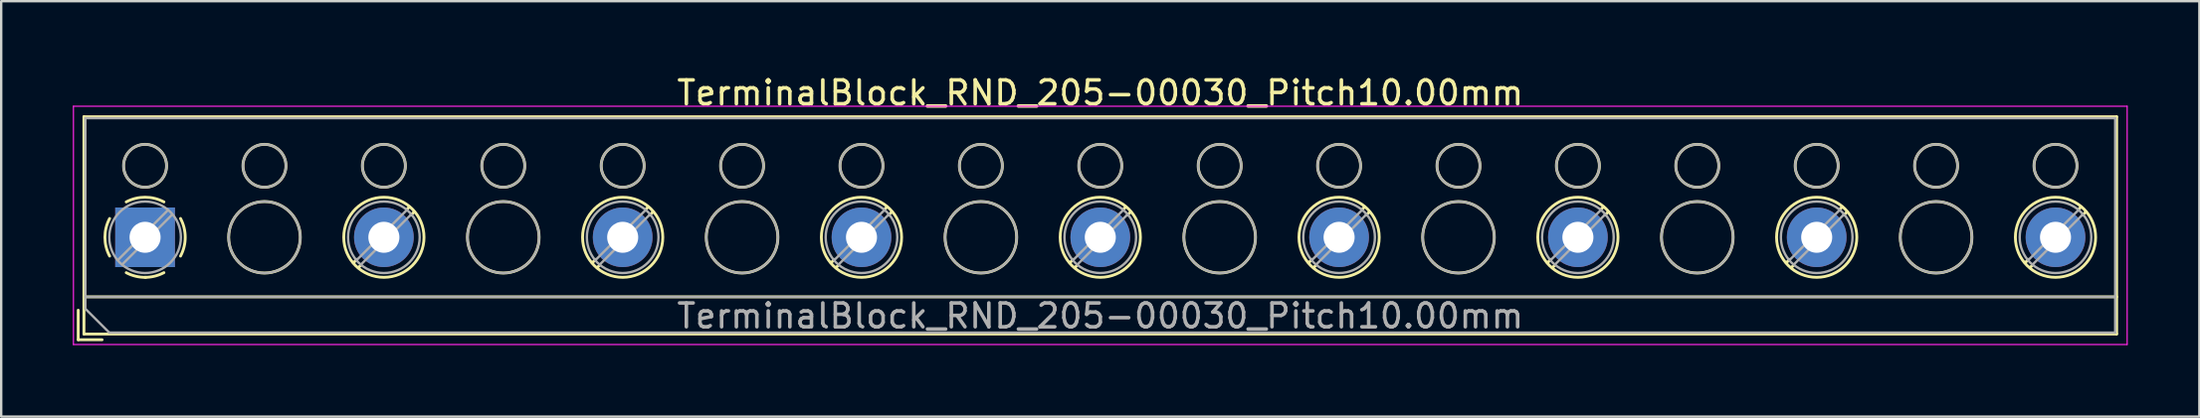
<source format=kicad_pcb>
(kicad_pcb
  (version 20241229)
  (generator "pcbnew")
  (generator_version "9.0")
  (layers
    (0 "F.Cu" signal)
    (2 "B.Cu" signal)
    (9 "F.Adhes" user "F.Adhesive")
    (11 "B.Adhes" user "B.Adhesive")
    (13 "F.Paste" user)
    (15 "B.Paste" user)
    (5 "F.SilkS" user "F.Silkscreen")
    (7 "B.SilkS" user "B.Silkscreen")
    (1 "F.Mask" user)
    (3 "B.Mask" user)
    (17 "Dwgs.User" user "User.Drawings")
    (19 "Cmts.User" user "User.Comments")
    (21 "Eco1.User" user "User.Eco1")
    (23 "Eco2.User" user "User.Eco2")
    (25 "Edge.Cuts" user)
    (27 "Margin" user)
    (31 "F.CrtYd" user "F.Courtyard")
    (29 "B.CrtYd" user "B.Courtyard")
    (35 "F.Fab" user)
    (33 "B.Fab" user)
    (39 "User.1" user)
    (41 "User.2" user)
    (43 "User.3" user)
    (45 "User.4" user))
  (footprint "TerminalBlock_RND_205-00030_Pitch10.00mm"
    (layer "F.Cu")
    (at 3.025 6.908)
    (property "Reference" "TerminalBlock_RND_205-00030_Pitch10.00mm" (at 40 -6.06 0) (layer "F.SilkS") (effects (font (size 1 1) (thickness 0.15))))
    (attr through_hole)
    (fp_line (start -2.8 3.06) (end -2.8 4.3) (stroke (width 0.12) (type solid)) (layer "F.SilkS"))
    (fp_line (start -2.8 4.3) (end -1.8 4.3) (stroke (width 0.12) (type solid)) (layer "F.SilkS"))
    (fp_line (start -2.56 -5.06) (end -2.56 4.06) (stroke (width 0.12) (type solid)) (layer "F.SilkS"))
    (fp_line (start -2.56 2.5) (end 82.56 2.5) (stroke (width 0.12) (type solid)) (layer "F.SilkS"))
    (fp_line (start -2.56 4.06) (end 82.56 4.06) (stroke (width 0.12) (type solid)) (layer "F.SilkS"))
    (fp_line (start 8.867 0.929) (end 8.726 1.069) (stroke (width 0.12) (type solid)) (layer "F.SilkS"))
    (fp_line (start 9.037 1.169) (end 8.931 1.274) (stroke (width 0.12) (type solid)) (layer "F.SilkS"))
    (fp_line (start 11.07 -1.275) (end 10.964 -1.169) (stroke (width 0.12) (type solid)) (layer "F.SilkS"))
    (fp_line (start 11.275 -1.069) (end 11.134 -0.929) (stroke (width 0.12) (type solid)) (layer "F.SilkS"))
    (fp_line (start 18.867 0.929) (end 18.726 1.069) (stroke (width 0.12) (type solid)) (layer "F.SilkS"))
    (fp_line (start 19.037 1.169) (end 18.931 1.274) (stroke (width 0.12) (type solid)) (layer "F.SilkS"))
    (fp_line (start 21.07 -1.275) (end 20.964 -1.169) (stroke (width 0.12) (type solid)) (layer "F.SilkS"))
    (fp_line (start 21.275 -1.069) (end 21.134 -0.929) (stroke (width 0.12) (type solid)) (layer "F.SilkS"))
    (fp_line (start 28.867 0.929) (end 28.726 1.069) (stroke (width 0.12) (type solid)) (layer "F.SilkS"))
    (fp_line (start 29.037 1.169) (end 28.931 1.274) (stroke (width 0.12) (type solid)) (layer "F.SilkS"))
    (fp_line (start 31.07 -1.275) (end 30.964 -1.169) (stroke (width 0.12) (type solid)) (layer "F.SilkS"))
    (fp_line (start 31.275 -1.069) (end 31.134 -0.929) (stroke (width 0.12) (type solid)) (layer "F.SilkS"))
    (fp_line (start 38.867 0.929) (end 38.726 1.069) (stroke (width 0.12) (type solid)) (layer "F.SilkS"))
    (fp_line (start 39.037 1.169) (end 38.931 1.274) (stroke (width 0.12) (type solid)) (layer "F.SilkS"))
    (fp_line (start 41.07 -1.275) (end 40.964 -1.169) (stroke (width 0.12) (type solid)) (layer "F.SilkS"))
    (fp_line (start 41.275 -1.069) (end 41.134 -0.929) (stroke (width 0.12) (type solid)) (layer "F.SilkS"))
    (fp_line (start 48.867 0.929) (end 48.726 1.069) (stroke (width 0.12) (type solid)) (layer "F.SilkS"))
    (fp_line (start 49.037 1.169) (end 48.931 1.274) (stroke (width 0.12) (type solid)) (layer "F.SilkS"))
    (fp_line (start 51.07 -1.275) (end 50.964 -1.169) (stroke (width 0.12) (type solid)) (layer "F.SilkS"))
    (fp_line (start 51.275 -1.069) (end 51.134 -0.929) (stroke (width 0.12) (type solid)) (layer "F.SilkS"))
    (fp_line (start 58.867 0.929) (end 58.726 1.069) (stroke (width 0.12) (type solid)) (layer "F.SilkS"))
    (fp_line (start 59.037 1.169) (end 58.931 1.274) (stroke (width 0.12) (type solid)) (layer "F.SilkS"))
    (fp_line (start 61.07 -1.275) (end 60.964 -1.169) (stroke (width 0.12) (type solid)) (layer "F.SilkS"))
    (fp_line (start 61.275 -1.069) (end 61.134 -0.929) (stroke (width 0.12) (type solid)) (layer "F.SilkS"))
    (fp_line (start 68.867 0.929) (end 68.726 1.069) (stroke (width 0.12) (type solid)) (layer "F.SilkS"))
    (fp_line (start 69.037 1.169) (end 68.931 1.274) (stroke (width 0.12) (type solid)) (layer "F.SilkS"))
    (fp_line (start 71.07 -1.275) (end 70.964 -1.169) (stroke (width 0.12) (type solid)) (layer "F.SilkS"))
    (fp_line (start 71.275 -1.069) (end 71.134 -0.929) (stroke (width 0.12) (type solid)) (layer "F.SilkS"))
    (fp_line (start 78.867 0.929) (end 78.726 1.069) (stroke (width 0.12) (type solid)) (layer "F.SilkS"))
    (fp_line (start 79.037 1.169) (end 78.931 1.274) (stroke (width 0.12) (type solid)) (layer "F.SilkS"))
    (fp_line (start 81.07 -1.275) (end 80.964 -1.169) (stroke (width 0.12) (type solid)) (layer "F.SilkS"))
    (fp_line (start 81.275 -1.069) (end 81.134 -0.929) (stroke (width 0.12) (type solid)) (layer "F.SilkS"))
    (fp_line (start 82.56 -5.06) (end -2.56 -5.06) (stroke (width 0.12) (type solid)) (layer "F.SilkS"))
    (fp_line (start 82.56 4.06) (end 82.56 -5.06) (stroke (width 0.12) (type solid)) (layer "F.SilkS"))
    (fp_arc (start -1.483953 0.789089) (mid -1.680708 0.00005) (end -1.484 -0.789) (stroke (width 0.12) (type solid)) (layer "F.SilkS"))
    (fp_arc (start -0.789089 -1.483953) (mid -0.00005 -1.680708) (end 0.789 -1.484) (stroke (width 0.12) (type solid)) (layer "F.SilkS"))
    (fp_arc (start 0.029383 1.68045) (mid -0.392304 1.634281) (end -0.789 1.484) (stroke (width 0.12) (type solid)) (layer "F.SilkS"))
    (fp_arc (start 0.788712 1.483352) (mid 0.406429 1.630097) (end 0 1.68) (stroke (width 0.12) (type solid)) (layer "F.SilkS"))
    (fp_arc (start 1.483953 -0.789089) (mid 1.680708 -0.00005) (end 1.484 0.789) (stroke (width 0.12) (type solid)) (layer "F.SilkS"))
    (fp_circle (center 0 -3) (end 0.9 -3) (stroke (width 0.12) (type solid)) (fill no) (layer "F.SilkS"))
    (fp_circle (center 5 -3) (end 5.9 -3) (stroke (width 0.12) (type solid)) (fill no) (layer "F.SilkS"))
    (fp_circle (center 5 0) (end 6.5 0) (stroke (width 0.12) (type solid)) (fill no) (layer "F.SilkS"))
    (fp_circle (center 10 -3) (end 10.9 -3) (stroke (width 0.12) (type solid)) (fill no) (layer "F.SilkS"))
    (fp_circle (center 10 0) (end 11.68 0) (stroke (width 0.12) (type solid)) (fill no) (layer "F.SilkS"))
    (fp_circle (center 15 -3) (end 15.9 -3) (stroke (width 0.12) (type solid)) (fill no) (layer "F.SilkS"))
    (fp_circle (center 15 0) (end 16.5 0) (stroke (width 0.12) (type solid)) (fill no) (layer "F.SilkS"))
    (fp_circle (center 20 -3) (end 20.9 -3) (stroke (width 0.12) (type solid)) (fill no) (layer "F.SilkS"))
    (fp_circle (center 20 0) (end 21.68 0) (stroke (width 0.12) (type solid)) (fill no) (layer "F.SilkS"))
    (fp_circle (center 25 -3) (end 25.9 -3) (stroke (width 0.12) (type solid)) (fill no) (layer "F.SilkS"))
    (fp_circle (center 25 0) (end 26.5 0) (stroke (width 0.12) (type solid)) (fill no) (layer "F.SilkS"))
    (fp_circle (center 30 -3) (end 30.9 -3) (stroke (width 0.12) (type solid)) (fill no) (layer "F.SilkS"))
    (fp_circle (center 30 0) (end 31.68 0) (stroke (width 0.12) (type solid)) (fill no) (layer "F.SilkS"))
    (fp_circle (center 35 -3) (end 35.9 -3) (stroke (width 0.12) (type solid)) (fill no) (layer "F.SilkS"))
    (fp_circle (center 35 0) (end 36.5 0) (stroke (width 0.12) (type solid)) (fill no) (layer "F.SilkS"))
    (fp_circle (center 40 -3) (end 40.9 -3) (stroke (width 0.12) (type solid)) (fill no) (layer "F.SilkS"))
    (fp_circle (center 40 0) (end 41.68 0) (stroke (width 0.12) (type solid)) (fill no) (layer "F.SilkS"))
    (fp_circle (center 45 -3) (end 45.9 -3) (stroke (width 0.12) (type solid)) (fill no) (layer "F.SilkS"))
    (fp_circle (center 45 0) (end 46.5 0) (stroke (width 0.12) (type solid)) (fill no) (layer "F.SilkS"))
    (fp_circle (center 50 -3) (end 50.9 -3) (stroke (width 0.12) (type solid)) (fill no) (layer "F.SilkS"))
    (fp_circle (center 50 0) (end 51.68 0) (stroke (width 0.12) (type solid)) (fill no) (layer "F.SilkS"))
    (fp_circle (center 55 -3) (end 55.9 -3) (stroke (width 0.12) (type solid)) (fill no) (layer "F.SilkS"))
    (fp_circle (center 55 0) (end 56.5 0) (stroke (width 0.12) (type solid)) (fill no) (layer "F.SilkS"))
    (fp_circle (center 60 -3) (end 60.9 -3) (stroke (width 0.12) (type solid)) (fill no) (layer "F.SilkS"))
    (fp_circle (center 60 0) (end 61.68 0) (stroke (width 0.12) (type solid)) (fill no) (layer "F.SilkS"))
    (fp_circle (center 65 -3) (end 65.9 -3) (stroke (width 0.12) (type solid)) (fill no) (layer "F.SilkS"))
    (fp_circle (center 65 0) (end 66.5 0) (stroke (width 0.12) (type solid)) (fill no) (layer "F.SilkS"))
    (fp_circle (center 70 -3) (end 70.9 -3) (stroke (width 0.12) (type solid)) (fill no) (layer "F.SilkS"))
    (fp_circle (center 70 0) (end 71.68 0) (stroke (width 0.12) (type solid)) (fill no) (layer "F.SilkS"))
    (fp_circle (center 75 -3) (end 75.9 -3) (stroke (width 0.12) (type solid)) (fill no) (layer "F.SilkS"))
    (fp_circle (center 75 0) (end 76.5 0) (stroke (width 0.12) (type solid)) (fill no) (layer "F.SilkS"))
    (fp_circle (center 80 -3) (end 80.9 -3) (stroke (width 0.12) (type solid)) (fill no) (layer "F.SilkS"))
    (fp_circle (center 80 0) (end 81.68 0) (stroke (width 0.12) (type solid)) (fill no) (layer "F.SilkS"))
    (fp_line (start -3 -5.5) (end -3 4.5) (stroke (width 0.05) (type solid)) (layer "F.CrtYd"))
    (fp_line (start -3 4.5) (end 83 4.5) (stroke (width 0.05) (type solid)) (layer "F.CrtYd"))
    (fp_line (start 83 -5.5) (end -3 -5.5) (stroke (width 0.05) (type solid)) (layer "F.CrtYd"))
    (fp_line (start 83 4.5) (end 83 -5.5) (stroke (width 0.05) (type solid)) (layer "F.CrtYd"))
    (fp_line (start -2.5 -5) (end 82.5 -5) (stroke (width 0.1) (type solid)) (layer "F.Fab"))
    (fp_line (start -2.5 2.5) (end 82.5 2.5) (stroke (width 0.1) (type solid)) (layer "F.Fab"))
    (fp_line (start -2.5 3) (end -2.5 -5) (stroke (width 0.1) (type solid)) (layer "F.Fab"))
    (fp_line (start -1.5 4) (end -2.5 3) (stroke (width 0.1) (type solid)) (layer "F.Fab"))
    (fp_line (start 0.955 -1.138) (end -1.138 0.955) (stroke (width 0.1) (type solid)) (layer "F.Fab"))
    (fp_line (start 1.138 -0.955) (end -0.955 1.138) (stroke (width 0.1) (type solid)) (layer "F.Fab"))
    (fp_line (start 10.955 -1.138) (end 8.863 0.955) (stroke (width 0.1) (type solid)) (layer "F.Fab"))
    (fp_line (start 11.138 -0.955) (end 9.046 1.138) (stroke (width 0.1) (type solid)) (layer "F.Fab"))
    (fp_line (start 20.955 -1.138) (end 18.863 0.955) (stroke (width 0.1) (type solid)) (layer "F.Fab"))
    (fp_line (start 21.138 -0.955) (end 19.046 1.138) (stroke (width 0.1) (type solid)) (layer "F.Fab"))
    (fp_line (start 30.955 -1.138) (end 28.863 0.955) (stroke (width 0.1) (type solid)) (layer "F.Fab"))
    (fp_line (start 31.138 -0.955) (end 29.046 1.138) (stroke (width 0.1) (type solid)) (layer "F.Fab"))
    (fp_line (start 40.955 -1.138) (end 38.863 0.955) (stroke (width 0.1) (type solid)) (layer "F.Fab"))
    (fp_line (start 41.138 -0.955) (end 39.046 1.138) (stroke (width 0.1) (type solid)) (layer "F.Fab"))
    (fp_line (start 50.955 -1.138) (end 48.863 0.955) (stroke (width 0.1) (type solid)) (layer "F.Fab"))
    (fp_line (start 51.138 -0.955) (end 49.046 1.138) (stroke (width 0.1) (type solid)) (layer "F.Fab"))
    (fp_line (start 60.955 -1.138) (end 58.863 0.955) (stroke (width 0.1) (type solid)) (layer "F.Fab"))
    (fp_line (start 61.138 -0.955) (end 59.046 1.138) (stroke (width 0.1) (type solid)) (layer "F.Fab"))
    (fp_line (start 70.955 -1.138) (end 68.863 0.955) (stroke (width 0.1) (type solid)) (layer "F.Fab"))
    (fp_line (start 71.138 -0.955) (end 69.046 1.138) (stroke (width 0.1) (type solid)) (layer "F.Fab"))
    (fp_line (start 80.955 -1.138) (end 78.863 0.955) (stroke (width 0.1) (type solid)) (layer "F.Fab"))
    (fp_line (start 81.138 -0.955) (end 79.046 1.138) (stroke (width 0.1) (type solid)) (layer "F.Fab"))
    (fp_line (start 82.5 -5) (end 82.5 4) (stroke (width 0.1) (type solid)) (layer "F.Fab"))
    (fp_line (start 82.5 4) (end -1.5 4) (stroke (width 0.1) (type solid)) (layer "F.Fab"))
    (fp_circle (center 0 -3) (end 0.9 -3) (stroke (width 0.1) (type solid)) (fill no) (layer "F.Fab"))
    (fp_circle (center 0 0) (end 1.5 0) (stroke (width 0.1) (type solid)) (fill no) (layer "F.Fab"))
    (fp_circle (center 5 -3) (end 5.9 -3) (stroke (width 0.1) (type solid)) (fill no) (layer "F.Fab"))
    (fp_circle (center 5 0) (end 6.5 0) (stroke (width 0.1) (type solid)) (fill no) (layer "F.Fab"))
    (fp_circle (center 10 -3) (end 10.9 -3) (stroke (width 0.1) (type solid)) (fill no) (layer "F.Fab"))
    (fp_circle (center 10 0) (end 11.5 0) (stroke (width 0.1) (type solid)) (fill no) (layer "F.Fab"))
    (fp_circle (center 15 -3) (end 15.9 -3) (stroke (width 0.1) (type solid)) (fill no) (layer "F.Fab"))
    (fp_circle (center 15 0) (end 16.5 0) (stroke (width 0.1) (type solid)) (fill no) (layer "F.Fab"))
    (fp_circle (center 20 -3) (end 20.9 -3) (stroke (width 0.1) (type solid)) (fill no) (layer "F.Fab"))
    (fp_circle (center 20 0) (end 21.5 0) (stroke (width 0.1) (type solid)) (fill no) (layer "F.Fab"))
    (fp_circle (center 25 -3) (end 25.9 -3) (stroke (width 0.1) (type solid)) (fill no) (layer "F.Fab"))
    (fp_circle (center 25 0) (end 26.5 0) (stroke (width 0.1) (type solid)) (fill no) (layer "F.Fab"))
    (fp_circle (center 30 -3) (end 30.9 -3) (stroke (width 0.1) (type solid)) (fill no) (layer "F.Fab"))
    (fp_circle (center 30 0) (end 31.5 0) (stroke (width 0.1) (type solid)) (fill no) (layer "F.Fab"))
    (fp_circle (center 35 -3) (end 35.9 -3) (stroke (width 0.1) (type solid)) (fill no) (layer "F.Fab"))
    (fp_circle (center 35 0) (end 36.5 0) (stroke (width 0.1) (type solid)) (fill no) (layer "F.Fab"))
    (fp_circle (center 40 -3) (end 40.9 -3) (stroke (width 0.1) (type solid)) (fill no) (layer "F.Fab"))
    (fp_circle (center 40 0) (end 41.5 0) (stroke (width 0.1) (type solid)) (fill no) (layer "F.Fab"))
    (fp_circle (center 45 -3) (end 45.9 -3) (stroke (width 0.1) (type solid)) (fill no) (layer "F.Fab"))
    (fp_circle (center 45 0) (end 46.5 0) (stroke (width 0.1) (type solid)) (fill no) (layer "F.Fab"))
    (fp_circle (center 50 -3) (end 50.9 -3) (stroke (width 0.1) (type solid)) (fill no) (layer "F.Fab"))
    (fp_circle (center 50 0) (end 51.5 0) (stroke (width 0.1) (type solid)) (fill no) (layer "F.Fab"))
    (fp_circle (center 55 -3) (end 55.9 -3) (stroke (width 0.1) (type solid)) (fill no) (layer "F.Fab"))
    (fp_circle (center 55 0) (end 56.5 0) (stroke (width 0.1) (type solid)) (fill no) (layer "F.Fab"))
    (fp_circle (center 60 -3) (end 60.9 -3) (stroke (width 0.1) (type solid)) (fill no) (layer "F.Fab"))
    (fp_circle (center 60 0) (end 61.5 0) (stroke (width 0.1) (type solid)) (fill no) (layer "F.Fab"))
    (fp_circle (center 65 -3) (end 65.9 -3) (stroke (width 0.1) (type solid)) (fill no) (layer "F.Fab"))
    (fp_circle (center 65 0) (end 66.5 0) (stroke (width 0.1) (type solid)) (fill no) (layer "F.Fab"))
    (fp_circle (center 70 -3) (end 70.9 -3) (stroke (width 0.1) (type solid)) (fill no) (layer "F.Fab"))
    (fp_circle (center 70 0) (end 71.5 0) (stroke (width 0.1) (type solid)) (fill no) (layer "F.Fab"))
    (fp_circle (center 75 -3) (end 75.9 -3) (stroke (width 0.1) (type solid)) (fill no) (layer "F.Fab"))
    (fp_circle (center 75 0) (end 76.5 0) (stroke (width 0.1) (type solid)) (fill no) (layer "F.Fab"))
    (fp_circle (center 80 -3) (end 80.9 -3) (stroke (width 0.1) (type solid)) (fill no) (layer "F.Fab"))
    (fp_circle (center 80 0) (end 81.5 0) (stroke (width 0.1) (type solid)) (fill no) (layer "F.Fab"))
    (fp_text user "${REFERENCE}" (at 40 3.3 0) (layer "F.Fab") (effects (font (size 1 1) (thickness 0.15))))
    (pad "1" thru_hole rect (at 0 0) (size 2.5 2.5) (drill 1.3) (layers "*.Cu" "*.Mask"))
    (pad "2" thru_hole oval (at 10 0) (size 2.5 2.5) (drill 1.3) (layers "*.Cu" "*.Mask"))
    (pad "3" thru_hole oval (at 20 0) (size 2.5 2.5) (drill 1.3) (layers "*.Cu" "*.Mask"))
    (pad "4" thru_hole oval (at 30 0) (size 2.5 2.5) (drill 1.3) (layers "*.Cu" "*.Mask"))
    (pad "5" thru_hole oval (at 40 0) (size 2.5 2.5) (drill 1.3) (layers "*.Cu" "*.Mask"))
    (pad "6" thru_hole oval (at 50 0) (size 2.5 2.5) (drill 1.3) (layers "*.Cu" "*.Mask"))
    (pad "7" thru_hole oval (at 60 0) (size 2.5 2.5) (drill 1.3) (layers "*.Cu" "*.Mask"))
    (pad "8" thru_hole oval (at 70 0) (size 2.5 2.5) (drill 1.3) (layers "*.Cu" "*.Mask"))
    (pad "9" thru_hole oval (at 80 0) (size 2.5 2.5) (drill 1.3) (layers "*.Cu" "*.Mask")))
  (gr_rect
    (start -3 -3)
    (end 89.05 14.433)
    (stroke (width 0.1) (type default))
    (fill no)
    (layer "Edge.Cuts")))
</source>
